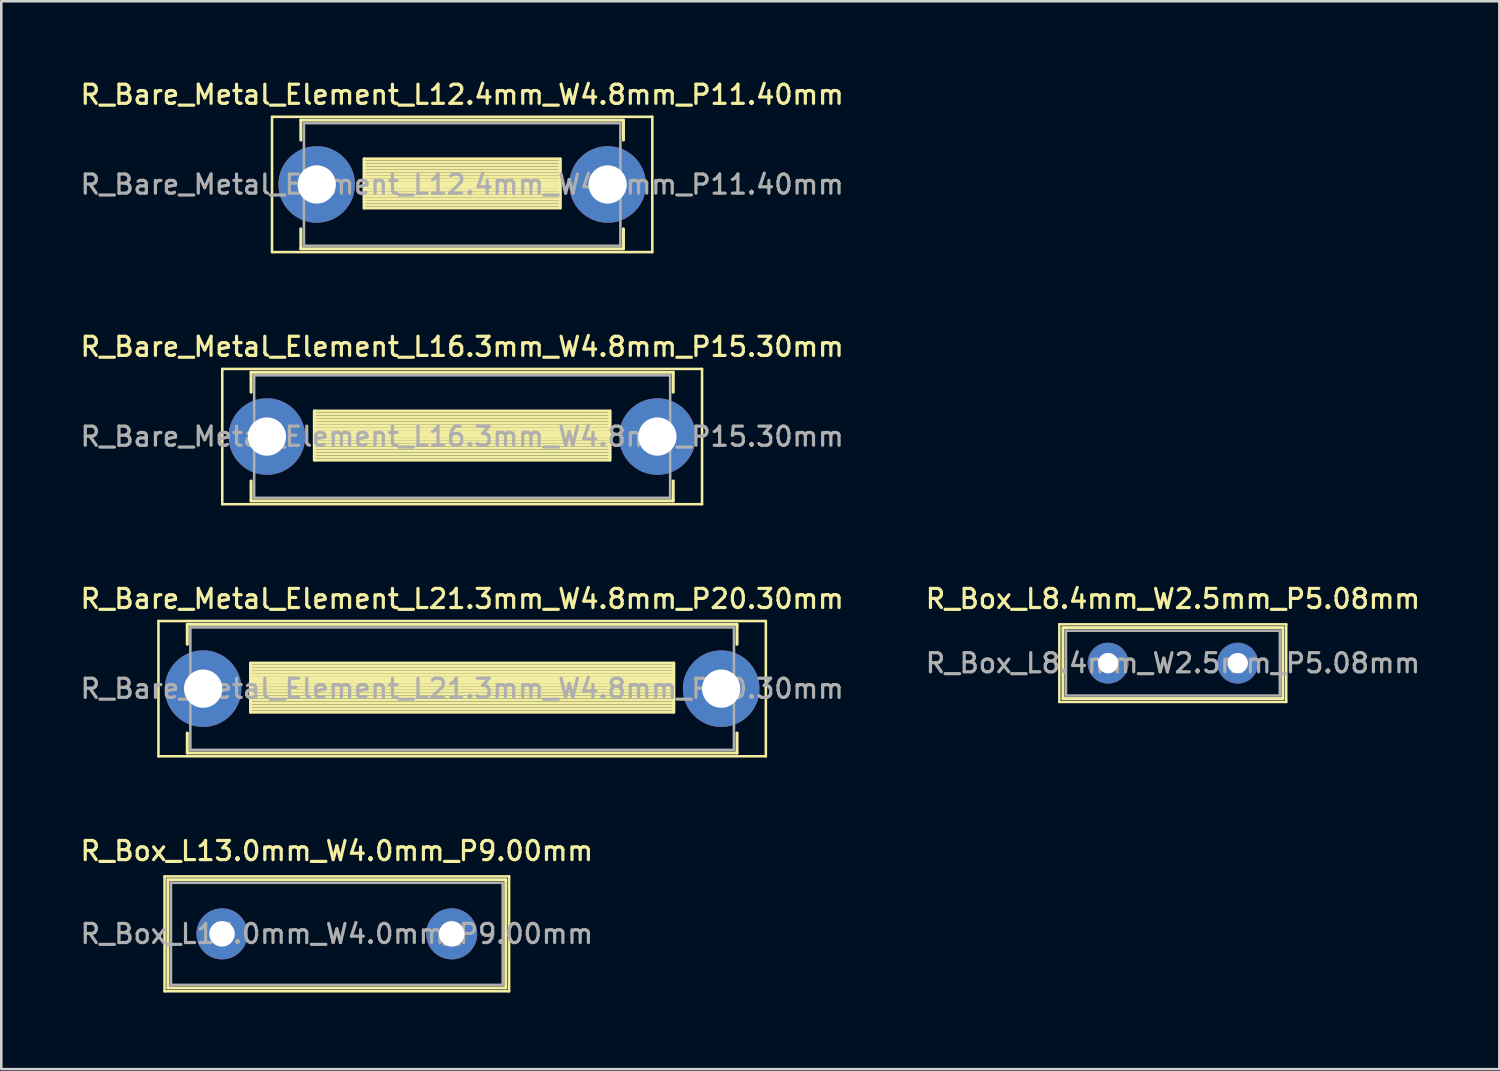
<source format=kicad_pcb>
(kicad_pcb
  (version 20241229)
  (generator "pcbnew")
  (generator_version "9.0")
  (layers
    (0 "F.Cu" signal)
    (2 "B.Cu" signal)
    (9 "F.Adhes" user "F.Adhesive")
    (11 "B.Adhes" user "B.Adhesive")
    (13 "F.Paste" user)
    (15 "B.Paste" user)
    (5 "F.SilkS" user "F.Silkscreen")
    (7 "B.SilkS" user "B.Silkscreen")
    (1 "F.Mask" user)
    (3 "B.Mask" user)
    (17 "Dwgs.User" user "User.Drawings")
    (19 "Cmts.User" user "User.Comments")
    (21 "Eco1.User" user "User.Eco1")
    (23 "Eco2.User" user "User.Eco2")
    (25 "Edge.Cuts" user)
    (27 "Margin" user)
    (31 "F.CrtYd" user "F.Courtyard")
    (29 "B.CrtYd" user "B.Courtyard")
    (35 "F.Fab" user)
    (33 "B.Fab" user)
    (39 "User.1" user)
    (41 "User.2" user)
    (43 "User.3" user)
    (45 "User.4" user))
  (footprint "R_Bare_Metal_Element_L12.4mm_W4.8mm_P11.40mm"
    (layer "F.Cu")
    (at 9.359 4.178)
    (property "Reference" "R_Bare_Metal_Element_L12.4mm_W4.8mm_P11.40mm" (at 5.7 -3.52 0) (layer "F.SilkS") (effects (font (size 0.75 0.75) (thickness 0.125))))
    (attr through_hole)
    (fp_line (start -1.75 -2.65) (end -1.75 2.65) (stroke (width 0.1) (type solid)) (layer "F.SilkS"))
    (fp_line (start -1.75 2.65) (end 13.15 2.65) (stroke (width 0.1) (type solid)) (layer "F.SilkS"))
    (fp_line (start -0.62 -2.52) (end 12.02 -2.52) (stroke (width 0.12) (type solid)) (layer "F.SilkS"))
    (fp_line (start -0.62 -1.74) (end -0.62 -2.52) (stroke (width 0.12) (type solid)) (layer "F.SilkS"))
    (fp_line (start -0.62 1.74) (end -0.62 2.52) (stroke (width 0.12) (type solid)) (layer "F.SilkS"))
    (fp_line (start -0.62 2.52) (end 12.02 2.52) (stroke (width 0.12) (type solid)) (layer "F.SilkS"))
    (fp_line (start 1.86 -1) (end 1.86 0.92) (stroke (width 0.12) (type solid)) (layer "F.SilkS"))
    (fp_line (start 1.86 -1) (end 9.54 -1) (stroke (width 0.12) (type solid)) (layer "F.SilkS"))
    (fp_line (start 1.86 -0.88) (end 9.54 -0.88) (stroke (width 0.12) (type solid)) (layer "F.SilkS"))
    (fp_line (start 1.86 -0.76) (end 9.54 -0.76) (stroke (width 0.12) (type solid)) (layer "F.SilkS"))
    (fp_line (start 1.86 -0.64) (end 9.54 -0.64) (stroke (width 0.12) (type solid)) (layer "F.SilkS"))
    (fp_line (start 1.86 -0.52) (end 9.54 -0.52) (stroke (width 0.12) (type solid)) (layer "F.SilkS"))
    (fp_line (start 1.86 -0.4) (end 9.54 -0.4) (stroke (width 0.12) (type solid)) (layer "F.SilkS"))
    (fp_line (start 1.86 -0.28) (end 9.54 -0.28) (stroke (width 0.12) (type solid)) (layer "F.SilkS"))
    (fp_line (start 1.86 -0.16) (end 9.54 -0.16) (stroke (width 0.12) (type solid)) (layer "F.SilkS"))
    (fp_line (start 1.86 -0.04) (end 9.54 -0.04) (stroke (width 0.12) (type solid)) (layer "F.SilkS"))
    (fp_line (start 1.86 0.08) (end 9.54 0.08) (stroke (width 0.12) (type solid)) (layer "F.SilkS"))
    (fp_line (start 1.86 0.2) (end 9.54 0.2) (stroke (width 0.12) (type solid)) (layer "F.SilkS"))
    (fp_line (start 1.86 0.32) (end 9.54 0.32) (stroke (width 0.12) (type solid)) (layer "F.SilkS"))
    (fp_line (start 1.86 0.44) (end 9.54 0.44) (stroke (width 0.12) (type solid)) (layer "F.SilkS"))
    (fp_line (start 1.86 0.56) (end 9.54 0.56) (stroke (width 0.12) (type solid)) (layer "F.SilkS"))
    (fp_line (start 1.86 0.68) (end 9.54 0.68) (stroke (width 0.12) (type solid)) (layer "F.SilkS"))
    (fp_line (start 1.86 0.8) (end 9.54 0.8) (stroke (width 0.12) (type solid)) (layer "F.SilkS"))
    (fp_line (start 1.86 0.92) (end 9.54 0.92) (stroke (width 0.12) (type solid)) (layer "F.SilkS"))
    (fp_line (start 9.54 -1) (end 9.54 0.92) (stroke (width 0.12) (type solid)) (layer "F.SilkS"))
    (fp_line (start 12.02 -2.52) (end 12.02 -1.74) (stroke (width 0.12) (type solid)) (layer "F.SilkS"))
    (fp_line (start 12.02 2.52) (end 12.02 1.74) (stroke (width 0.12) (type solid)) (layer "F.SilkS"))
    (fp_line (start 13.15 -2.65) (end -1.75 -2.65) (stroke (width 0.1) (type solid)) (layer "F.SilkS"))
    (fp_line (start 13.15 2.65) (end 13.15 -2.65) (stroke (width 0.1) (type solid)) (layer "F.SilkS"))
    (fp_line (start -0.5 -2.4) (end -0.5 2.4) (stroke (width 0.1) (type solid)) (layer "F.Fab"))
    (fp_line (start -0.5 2.4) (end 11.9 2.4) (stroke (width 0.1) (type solid)) (layer "F.Fab"))
    (fp_line (start 11.9 -2.4) (end -0.5 -2.4) (stroke (width 0.1) (type solid)) (layer "F.Fab"))
    (fp_line (start 11.9 2.4) (end 11.9 -2.4) (stroke (width 0.1) (type solid)) (layer "F.Fab"))
    (fp_text user "${REFERENCE}" (at 5.7 0 0) (layer "F.Fab") (effects (font (size 0.75 0.75) (thickness 0.125))))
    (pad "1" thru_hole circle (at 0 0) (size 3 3) (drill 1.5) (layers "*.Cu" "*.Mask"))
    (pad "2" thru_hole oval (at 11.4 0) (size 3 3) (drill 1.5) (layers "*.Cu" "*.Mask")))
  (footprint "R_Bare_Metal_Element_L16.3mm_W4.8mm_P15.30mm"
    (layer "F.Cu")
    (at 7.409 14.056)
    (property "Reference" "R_Bare_Metal_Element_L16.3mm_W4.8mm_P15.30mm" (at 7.65 -3.52 0) (layer "F.SilkS") (effects (font (size 0.75 0.75) (thickness 0.125))))
    (attr through_hole)
    (fp_line (start -1.75 -2.65) (end -1.75 2.65) (stroke (width 0.1) (type solid)) (layer "F.SilkS"))
    (fp_line (start -1.75 2.65) (end 17.05 2.65) (stroke (width 0.1) (type solid)) (layer "F.SilkS"))
    (fp_line (start -0.62 -2.52) (end 15.92 -2.52) (stroke (width 0.12) (type solid)) (layer "F.SilkS"))
    (fp_line (start -0.62 -1.74) (end -0.62 -2.52) (stroke (width 0.12) (type solid)) (layer "F.SilkS"))
    (fp_line (start -0.62 1.74) (end -0.62 2.52) (stroke (width 0.12) (type solid)) (layer "F.SilkS"))
    (fp_line (start -0.62 2.52) (end 15.92 2.52) (stroke (width 0.12) (type solid)) (layer "F.SilkS"))
    (fp_line (start 1.86 -1) (end 1.86 0.92) (stroke (width 0.12) (type solid)) (layer "F.SilkS"))
    (fp_line (start 1.86 -1) (end 13.44 -1) (stroke (width 0.12) (type solid)) (layer "F.SilkS"))
    (fp_line (start 1.86 -0.88) (end 13.44 -0.88) (stroke (width 0.12) (type solid)) (layer "F.SilkS"))
    (fp_line (start 1.86 -0.76) (end 13.44 -0.76) (stroke (width 0.12) (type solid)) (layer "F.SilkS"))
    (fp_line (start 1.86 -0.64) (end 13.44 -0.64) (stroke (width 0.12) (type solid)) (layer "F.SilkS"))
    (fp_line (start 1.86 -0.52) (end 13.44 -0.52) (stroke (width 0.12) (type solid)) (layer "F.SilkS"))
    (fp_line (start 1.86 -0.4) (end 13.44 -0.4) (stroke (width 0.12) (type solid)) (layer "F.SilkS"))
    (fp_line (start 1.86 -0.28) (end 13.44 -0.28) (stroke (width 0.12) (type solid)) (layer "F.SilkS"))
    (fp_line (start 1.86 -0.16) (end 13.44 -0.16) (stroke (width 0.12) (type solid)) (layer "F.SilkS"))
    (fp_line (start 1.86 -0.04) (end 13.44 -0.04) (stroke (width 0.12) (type solid)) (layer "F.SilkS"))
    (fp_line (start 1.86 0.08) (end 13.44 0.08) (stroke (width 0.12) (type solid)) (layer "F.SilkS"))
    (fp_line (start 1.86 0.2) (end 13.44 0.2) (stroke (width 0.12) (type solid)) (layer "F.SilkS"))
    (fp_line (start 1.86 0.32) (end 13.44 0.32) (stroke (width 0.12) (type solid)) (layer "F.SilkS"))
    (fp_line (start 1.86 0.44) (end 13.44 0.44) (stroke (width 0.12) (type solid)) (layer "F.SilkS"))
    (fp_line (start 1.86 0.56) (end 13.44 0.56) (stroke (width 0.12) (type solid)) (layer "F.SilkS"))
    (fp_line (start 1.86 0.68) (end 13.44 0.68) (stroke (width 0.12) (type solid)) (layer "F.SilkS"))
    (fp_line (start 1.86 0.8) (end 13.44 0.8) (stroke (width 0.12) (type solid)) (layer "F.SilkS"))
    (fp_line (start 1.86 0.92) (end 13.44 0.92) (stroke (width 0.12) (type solid)) (layer "F.SilkS"))
    (fp_line (start 13.44 -1) (end 13.44 0.92) (stroke (width 0.12) (type solid)) (layer "F.SilkS"))
    (fp_line (start 15.92 -2.52) (end 15.92 -1.74) (stroke (width 0.12) (type solid)) (layer "F.SilkS"))
    (fp_line (start 15.92 2.52) (end 15.92 1.74) (stroke (width 0.12) (type solid)) (layer "F.SilkS"))
    (fp_line (start 17.05 -2.65) (end -1.75 -2.65) (stroke (width 0.1) (type solid)) (layer "F.SilkS"))
    (fp_line (start 17.05 2.65) (end 17.05 -2.65) (stroke (width 0.1) (type solid)) (layer "F.SilkS"))
    (fp_line (start -0.5 -2.4) (end -0.5 2.4) (stroke (width 0.1) (type solid)) (layer "F.Fab"))
    (fp_line (start -0.5 2.4) (end 15.8 2.4) (stroke (width 0.1) (type solid)) (layer "F.Fab"))
    (fp_line (start 15.8 -2.4) (end -0.5 -2.4) (stroke (width 0.1) (type solid)) (layer "F.Fab"))
    (fp_line (start 15.8 2.4) (end 15.8 -2.4) (stroke (width 0.1) (type solid)) (layer "F.Fab"))
    (fp_text user "${REFERENCE}" (at 7.65 0 0) (layer "F.Fab") (effects (font (size 0.75 0.75) (thickness 0.125))))
    (pad "1" thru_hole circle (at 0 0) (size 3 3) (drill 1.5) (layers "*.Cu" "*.Mask"))
    (pad "2" thru_hole oval (at 15.3 0) (size 3 3) (drill 1.5) (layers "*.Cu" "*.Mask")))
  (footprint "R_Box_L8.4mm_W2.5mm_P5.08mm"
    (layer "F.Cu")
    (at 40.369 22.934)
    (property "Reference" "R_Box_L8.4mm_W2.5mm_P5.08mm" (at 2.54 -2.52 0) (layer "F.SilkS") (effects (font (size 0.75 0.75) (thickness 0.125))))
    (attr through_hole)
    (fp_line (start -1.91 -1.52) (end -1.91 1.52) (stroke (width 0.1) (type solid)) (layer "F.SilkS"))
    (fp_line (start -1.91 1.52) (end 6.98 1.52) (stroke (width 0.1) (type solid)) (layer "F.SilkS"))
    (fp_line (start -1.77 -1.39) (end -1.77 1.39) (stroke (width 0.12) (type solid)) (layer "F.SilkS"))
    (fp_line (start -1.77 -1.39) (end 6.85 -1.39) (stroke (width 0.12) (type solid)) (layer "F.SilkS"))
    (fp_line (start -1.77 1.39) (end 6.85 1.39) (stroke (width 0.12) (type solid)) (layer "F.SilkS"))
    (fp_line (start 6.85 -1.39) (end 6.85 1.39) (stroke (width 0.12) (type solid)) (layer "F.SilkS"))
    (fp_line (start 6.98 -1.52) (end -1.91 -1.52) (stroke (width 0.1) (type solid)) (layer "F.SilkS"))
    (fp_line (start 6.98 1.52) (end 6.98 -1.52) (stroke (width 0.1) (type solid)) (layer "F.SilkS"))
    (fp_line (start -1.65 -1.27) (end -1.65 1.27) (stroke (width 0.1) (type solid)) (layer "F.Fab"))
    (fp_line (start -1.65 1.27) (end 6.73 1.27) (stroke (width 0.1) (type solid)) (layer "F.Fab"))
    (fp_line (start 6.73 -1.27) (end -1.65 -1.27) (stroke (width 0.1) (type solid)) (layer "F.Fab"))
    (fp_line (start 6.73 1.27) (end 6.73 -1.27) (stroke (width 0.1) (type solid)) (layer "F.Fab"))
    (fp_text user "${REFERENCE}" (at 2.54 0 0) (layer "F.Fab") (effects (font (size 0.75 0.75) (thickness 0.125))))
    (pad "1" thru_hole circle (at 0 0) (size 1.6 1.6) (drill 0.8) (layers "*.Cu" "*.Mask"))
    (pad "2" thru_hole circle (at 5.08 0) (size 1.6 1.6) (drill 0.8) (layers "*.Cu" "*.Mask")))
  (footprint "R_Bare_Metal_Element_L21.3mm_W4.8mm_P20.30mm"
    (layer "F.Cu")
    (at 4.909 23.934)
    (property "Reference" "R_Bare_Metal_Element_L21.3mm_W4.8mm_P20.30mm" (at 10.15 -3.52 0) (layer "F.SilkS") (effects (font (size 0.75 0.75) (thickness 0.125))))
    (attr through_hole)
    (fp_line (start -1.75 -2.65) (end -1.75 2.65) (stroke (width 0.1) (type solid)) (layer "F.SilkS"))
    (fp_line (start -1.75 2.65) (end 22.05 2.65) (stroke (width 0.1) (type solid)) (layer "F.SilkS"))
    (fp_line (start -0.62 -2.52) (end 20.92 -2.52) (stroke (width 0.12) (type solid)) (layer "F.SilkS"))
    (fp_line (start -0.62 -1.74) (end -0.62 -2.52) (stroke (width 0.12) (type solid)) (layer "F.SilkS"))
    (fp_line (start -0.62 1.74) (end -0.62 2.52) (stroke (width 0.12) (type solid)) (layer "F.SilkS"))
    (fp_line (start -0.62 2.52) (end 20.92 2.52) (stroke (width 0.12) (type solid)) (layer "F.SilkS"))
    (fp_line (start 1.86 -1) (end 1.86 0.92) (stroke (width 0.12) (type solid)) (layer "F.SilkS"))
    (fp_line (start 1.86 -1) (end 18.44 -1) (stroke (width 0.12) (type solid)) (layer "F.SilkS"))
    (fp_line (start 1.86 -0.88) (end 18.44 -0.88) (stroke (width 0.12) (type solid)) (layer "F.SilkS"))
    (fp_line (start 1.86 -0.76) (end 18.44 -0.76) (stroke (width 0.12) (type solid)) (layer "F.SilkS"))
    (fp_line (start 1.86 -0.64) (end 18.44 -0.64) (stroke (width 0.12) (type solid)) (layer "F.SilkS"))
    (fp_line (start 1.86 -0.52) (end 18.44 -0.52) (stroke (width 0.12) (type solid)) (layer "F.SilkS"))
    (fp_line (start 1.86 -0.4) (end 18.44 -0.4) (stroke (width 0.12) (type solid)) (layer "F.SilkS"))
    (fp_line (start 1.86 -0.28) (end 18.44 -0.28) (stroke (width 0.12) (type solid)) (layer "F.SilkS"))
    (fp_line (start 1.86 -0.16) (end 18.44 -0.16) (stroke (width 0.12) (type solid)) (layer "F.SilkS"))
    (fp_line (start 1.86 -0.04) (end 18.44 -0.04) (stroke (width 0.12) (type solid)) (layer "F.SilkS"))
    (fp_line (start 1.86 0.08) (end 18.44 0.08) (stroke (width 0.12) (type solid)) (layer "F.SilkS"))
    (fp_line (start 1.86 0.2) (end 18.44 0.2) (stroke (width 0.12) (type solid)) (layer "F.SilkS"))
    (fp_line (start 1.86 0.32) (end 18.44 0.32) (stroke (width 0.12) (type solid)) (layer "F.SilkS"))
    (fp_line (start 1.86 0.44) (end 18.44 0.44) (stroke (width 0.12) (type solid)) (layer "F.SilkS"))
    (fp_line (start 1.86 0.56) (end 18.44 0.56) (stroke (width 0.12) (type solid)) (layer "F.SilkS"))
    (fp_line (start 1.86 0.68) (end 18.44 0.68) (stroke (width 0.12) (type solid)) (layer "F.SilkS"))
    (fp_line (start 1.86 0.8) (end 18.44 0.8) (stroke (width 0.12) (type solid)) (layer "F.SilkS"))
    (fp_line (start 1.86 0.92) (end 18.44 0.92) (stroke (width 0.12) (type solid)) (layer "F.SilkS"))
    (fp_line (start 18.44 -1) (end 18.44 0.92) (stroke (width 0.12) (type solid)) (layer "F.SilkS"))
    (fp_line (start 20.92 -2.52) (end 20.92 -1.74) (stroke (width 0.12) (type solid)) (layer "F.SilkS"))
    (fp_line (start 20.92 2.52) (end 20.92 1.74) (stroke (width 0.12) (type solid)) (layer "F.SilkS"))
    (fp_line (start 22.05 -2.65) (end -1.75 -2.65) (stroke (width 0.1) (type solid)) (layer "F.SilkS"))
    (fp_line (start 22.05 2.65) (end 22.05 -2.65) (stroke (width 0.1) (type solid)) (layer "F.SilkS"))
    (fp_line (start -0.5 -2.4) (end -0.5 2.4) (stroke (width 0.1) (type solid)) (layer "F.Fab"))
    (fp_line (start -0.5 2.4) (end 20.8 2.4) (stroke (width 0.1) (type solid)) (layer "F.Fab"))
    (fp_line (start 20.8 -2.4) (end -0.5 -2.4) (stroke (width 0.1) (type solid)) (layer "F.Fab"))
    (fp_line (start 20.8 2.4) (end 20.8 -2.4) (stroke (width 0.1) (type solid)) (layer "F.Fab"))
    (fp_text user "${REFERENCE}" (at 10.15 0 0) (layer "F.Fab") (effects (font (size 0.75 0.75) (thickness 0.125))))
    (pad "1" thru_hole circle (at 0 0) (size 3 3) (drill 1.5) (layers "*.Cu" "*.Mask"))
    (pad "2" thru_hole oval (at 20.3 0) (size 3 3) (drill 1.5) (layers "*.Cu" "*.Mask")))
  (footprint "R_Box_L13.0mm_W4.0mm_P9.00mm"
    (layer "F.Cu")
    (at 5.648 33.542)
    (property "Reference" "R_Box_L13.0mm_W4.0mm_P9.00mm" (at 4.5 -3.25 0) (layer "F.SilkS") (effects (font (size 0.75 0.75) (thickness 0.125))))
    (attr through_hole)
    (fp_line (start -2.25 -2.25) (end -2.25 2.25) (stroke (width 0.1) (type solid)) (layer "F.SilkS"))
    (fp_line (start -2.25 2.25) (end 11.25 2.25) (stroke (width 0.1) (type solid)) (layer "F.SilkS"))
    (fp_line (start -2.12 -2.12) (end -2.12 2.12) (stroke (width 0.12) (type solid)) (layer "F.SilkS"))
    (fp_line (start -2.12 -2.12) (end 11.12 -2.12) (stroke (width 0.12) (type solid)) (layer "F.SilkS"))
    (fp_line (start -2.12 2.12) (end 11.12 2.12) (stroke (width 0.12) (type solid)) (layer "F.SilkS"))
    (fp_line (start 11.12 -2.12) (end 11.12 2.12) (stroke (width 0.12) (type solid)) (layer "F.SilkS"))
    (fp_line (start 11.25 -2.25) (end -2.25 -2.25) (stroke (width 0.1) (type solid)) (layer "F.SilkS"))
    (fp_line (start 11.25 2.25) (end 11.25 -2.25) (stroke (width 0.1) (type solid)) (layer "F.SilkS"))
    (fp_line (start -2 -2) (end -2 2) (stroke (width 0.1) (type solid)) (layer "F.Fab"))
    (fp_line (start -2 2) (end 11 2) (stroke (width 0.1) (type solid)) (layer "F.Fab"))
    (fp_line (start 11 -2) (end -2 -2) (stroke (width 0.1) (type solid)) (layer "F.Fab"))
    (fp_line (start 11 2) (end 11 -2) (stroke (width 0.1) (type solid)) (layer "F.Fab"))
    (fp_text user "${REFERENCE}" (at 4.5 0 0) (layer "F.Fab") (effects (font (size 0.75 0.75) (thickness 0.125))))
    (pad "1" thru_hole circle (at 0 0) (size 2 2) (drill 1) (layers "*.Cu" "*.Mask"))
    (pad "2" thru_hole circle (at 9 0) (size 2 2) (drill 1) (layers "*.Cu" "*.Mask")))
  (gr_rect
    (start -3 -3)
    (end 55.7 38.843)
    (stroke (width 0.1) (type default))
    (fill no)
    (layer "Edge.Cuts")))
</source>
